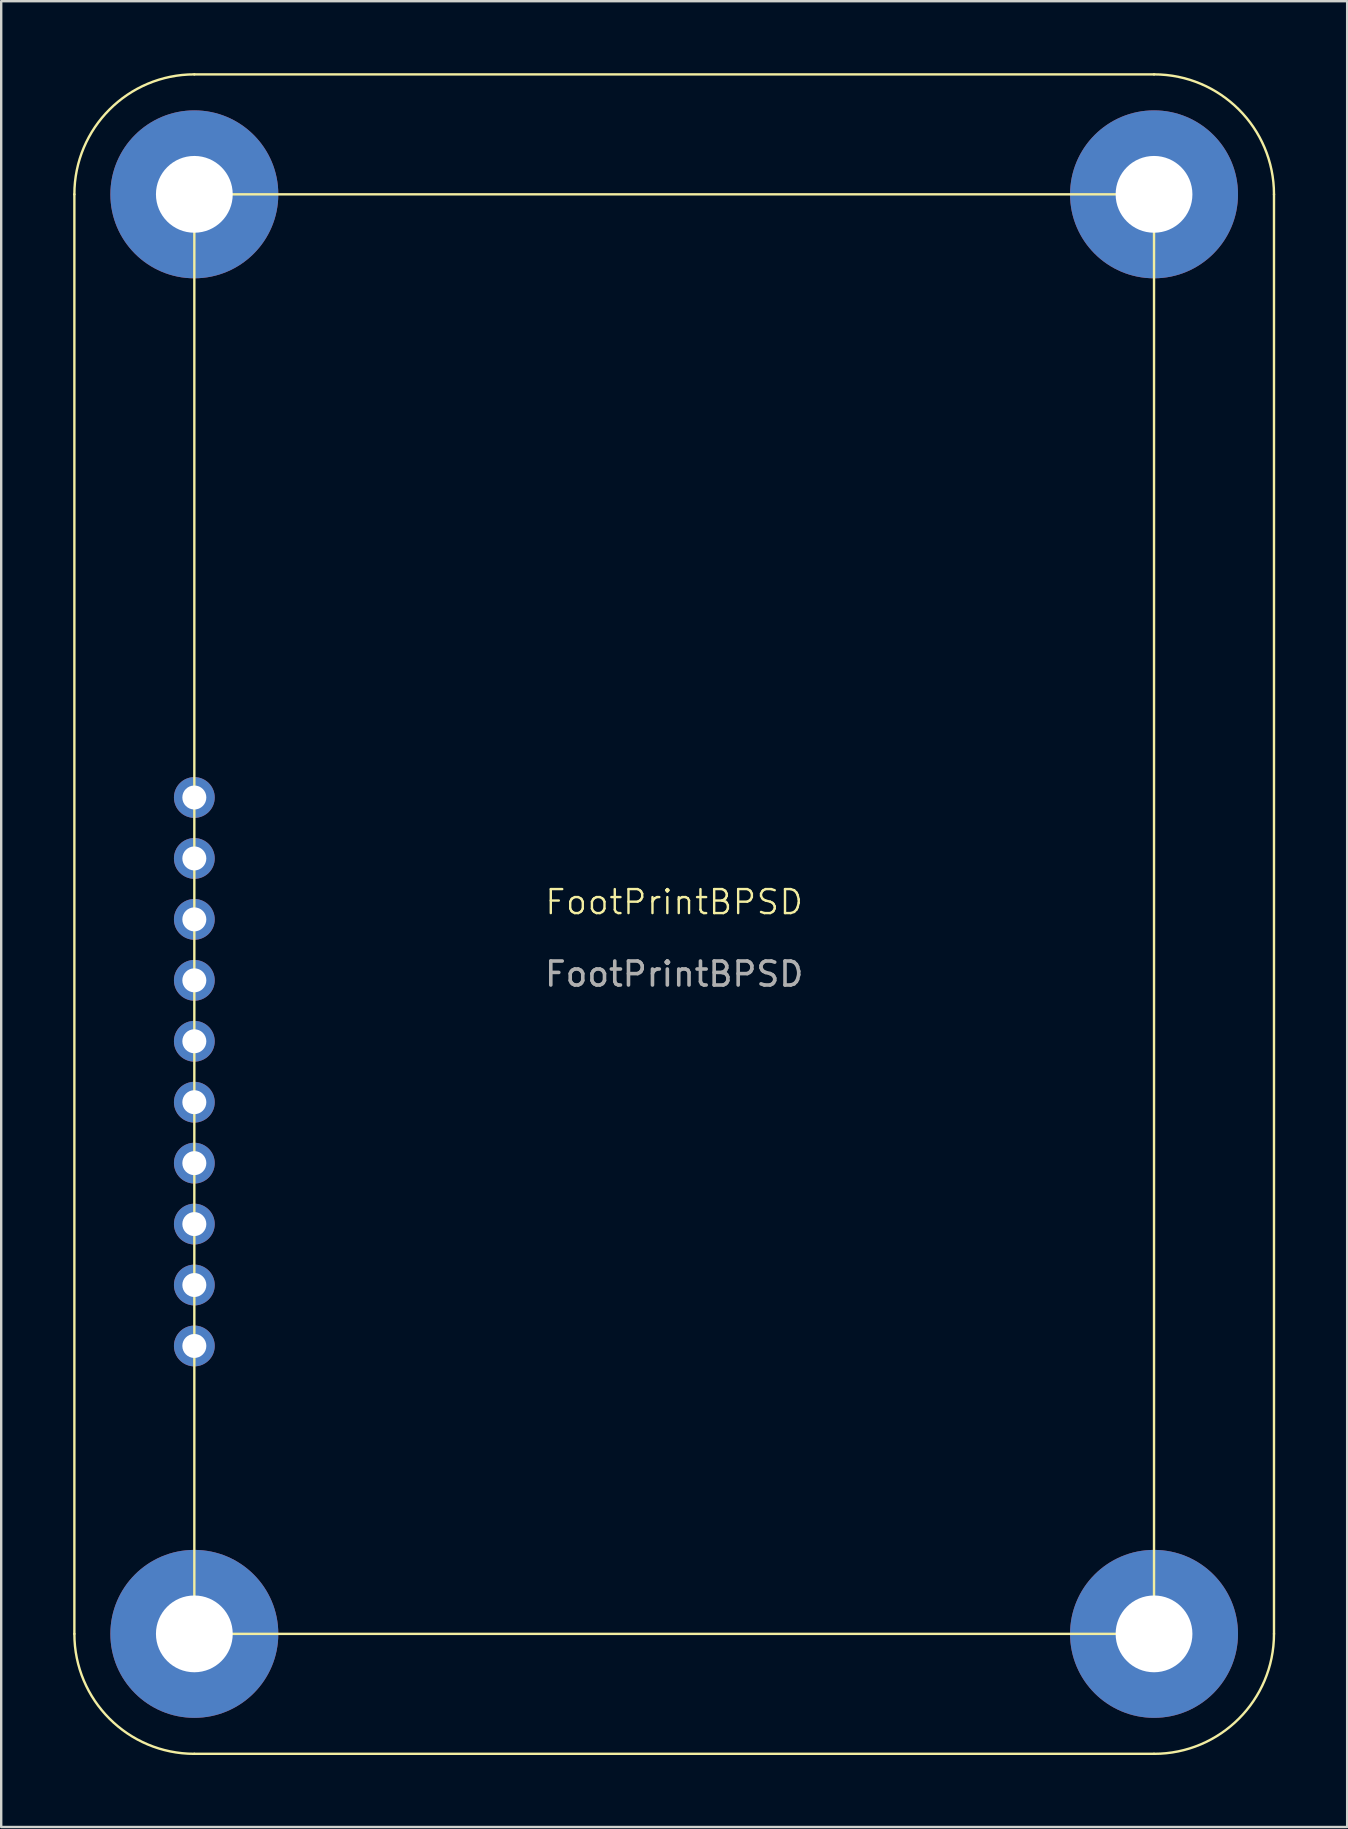
<source format=kicad_pcb>
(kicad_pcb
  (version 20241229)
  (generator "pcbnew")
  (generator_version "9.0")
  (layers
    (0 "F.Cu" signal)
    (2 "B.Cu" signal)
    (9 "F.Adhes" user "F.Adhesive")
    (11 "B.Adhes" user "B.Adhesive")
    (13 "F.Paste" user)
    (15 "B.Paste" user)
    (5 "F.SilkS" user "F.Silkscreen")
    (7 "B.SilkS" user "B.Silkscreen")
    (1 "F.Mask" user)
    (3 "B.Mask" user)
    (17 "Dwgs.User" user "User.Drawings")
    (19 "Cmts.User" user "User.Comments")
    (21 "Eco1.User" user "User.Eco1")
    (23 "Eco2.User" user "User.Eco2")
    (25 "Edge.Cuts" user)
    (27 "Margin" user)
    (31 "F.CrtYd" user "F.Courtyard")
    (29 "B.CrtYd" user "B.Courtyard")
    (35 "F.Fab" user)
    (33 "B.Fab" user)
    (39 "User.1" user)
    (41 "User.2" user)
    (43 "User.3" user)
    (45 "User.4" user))
  (footprint "FootPrintBPSD"
    (layer "F.Cu")
    (at 25.05 35.05)
    (property "Reference" "FootPrintBPSD" (at 0 -0.5 0) (unlocked yes) (layer "F.SilkS") (effects (font (size 1 1) (thickness 0.1))))
    (attr through_hole)
    (fp_line (start -25 30) (end -25 -30) (stroke (width 0.1) (type default)) (layer "F.SilkS"))
    (fp_line (start -20 -35) (end 20 -35) (stroke (width 0.1) (type default)) (layer "F.SilkS"))
    (fp_line (start 20 35) (end -20 35) (stroke (width 0.1) (type default)) (layer "F.SilkS"))
    (fp_line (start 25 -30) (end 25 30) (stroke (width 0.1) (type default)) (layer "F.SilkS"))
    (fp_rect (start -20 -30) (end 20 30) (stroke (width 0.1) (type default)) (fill no) (layer "F.SilkS"))
    (fp_arc (start -25 -30) (mid -23.535534 -33.535534) (end -20 -35) (stroke (width 0.1) (type default)) (layer "F.SilkS"))
    (fp_arc (start -20 35) (mid -23.535534 33.535534) (end -25 30) (stroke (width 0.1) (type default)) (layer "F.SilkS"))
    (fp_arc (start 20 -35) (mid 23.535534 -33.535534) (end 25 -30) (stroke (width 0.1) (type default)) (layer "F.SilkS"))
    (fp_arc (start 25 30) (mid 23.535534 33.535534) (end 20 35) (stroke (width 0.1) (type default)) (layer "F.SilkS"))
    (fp_text user "${REFERENCE}" (at 0 2.5 0) (unlocked yes) (layer "F.Fab") (effects (font (size 1 1) (thickness 0.15))))
    (pad "1" thru_hole circle (at -20 18) (size 1.7 1.7) (drill 1) (layers "*.Cu" "*.Mask"))
    (pad "2" thru_hole circle (at -20 15.46) (size 1.7 1.7) (drill 1) (layers "*.Cu" "*.Mask"))
    (pad "3" thru_hole circle (at -20 12.92) (size 1.7 1.7) (drill 1) (layers "*.Cu" "*.Mask"))
    (pad "4" thru_hole circle (at -20 10.38) (size 1.7 1.7) (drill 1) (layers "*.Cu" "*.Mask"))
    (pad "5" thru_hole circle (at -20 7.84) (size 1.7 1.7) (drill 1) (layers "*.Cu" "*.Mask"))
    (pad "6" thru_hole circle (at -20 5.3) (size 1.7 1.7) (drill 1) (layers "*.Cu" "*.Mask"))
    (pad "7" thru_hole circle (at -20 2.76) (size 1.7 1.7) (drill 1) (layers "*.Cu" "*.Mask"))
    (pad "8" thru_hole circle (at -20 0.22) (size 1.7 1.7) (drill 1) (layers "*.Cu" "*.Mask"))
    (pad "9" thru_hole circle (at -20 -2.32) (size 1.7 1.7) (drill 1) (layers "*.Cu" "*.Mask"))
    (pad "10" thru_hole circle (at -20 -4.86) (size 1.7 1.7) (drill 1) (layers "*.Cu" "*.Mask"))
    (pad "11" thru_hole circle (at -20 -30) (size 7 7) (drill 3.2) (layers "*.Cu" "*.Mask"))
    (pad "12" thru_hole circle (at 20 -30) (size 7 7) (drill 3.2) (layers "*.Cu" "*.Mask"))
    (pad "13" thru_hole circle (at -20 30) (size 7 7) (drill 3.2) (layers "*.Cu" "*.Mask"))
    (pad "14" thru_hole circle (at 20 30) (size 7 7) (drill 3.2) (layers "*.Cu" "*.Mask")))
  (gr_rect
    (start -3 -3)
    (end 53.1 73.1)
    (stroke (width 0.1) (type default))
    (fill no)
    (layer "Edge.Cuts")))
</source>
